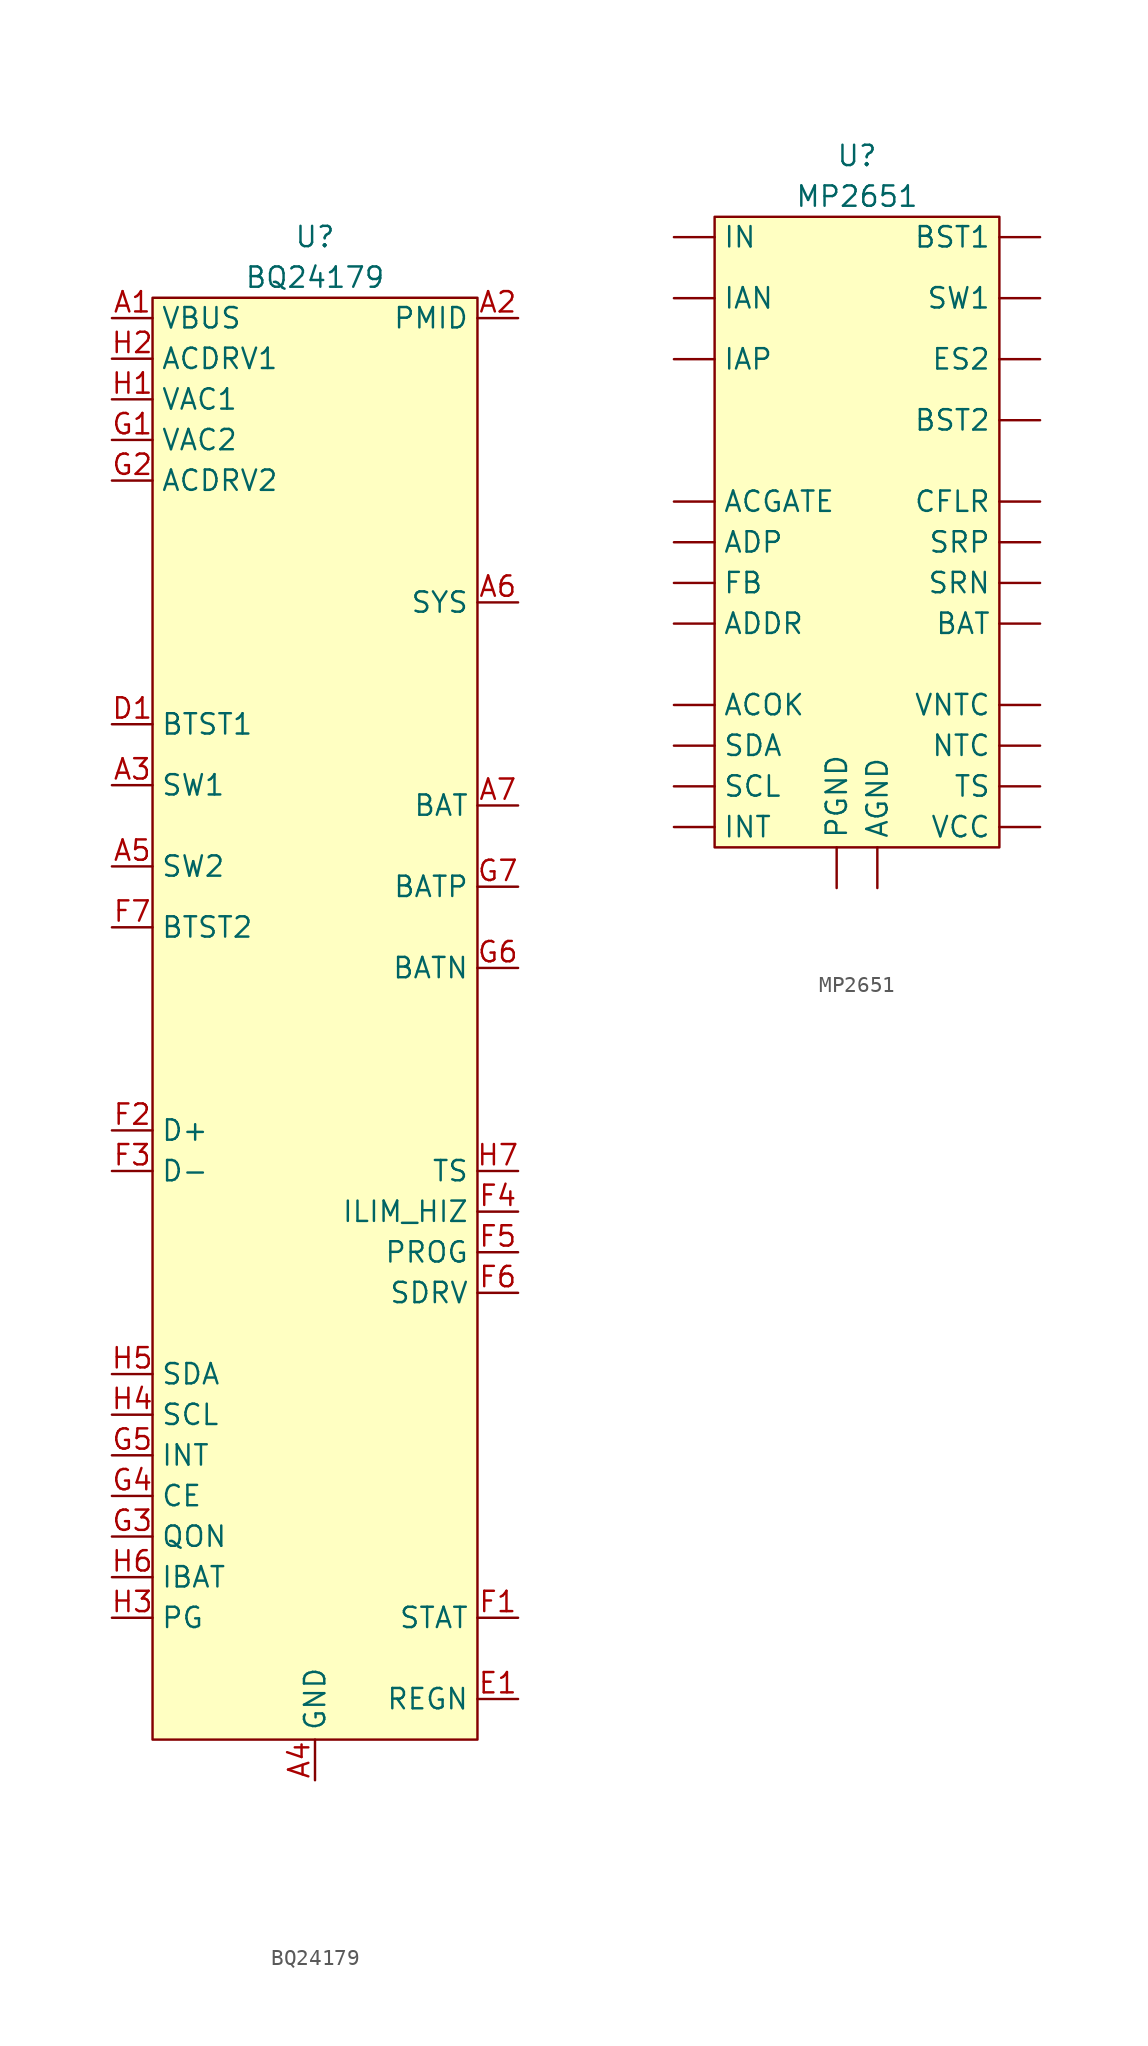
<source format=kicad_sym>
(kicad_symbol_lib
  (version 20220914)
  (generator kicad_symbol_editor)
  (symbol "BQ24179"
    (property "Reference" "U"
      (at 0 5.08 0)
      (effects (font (size 1.27 1.27))))
    (property "Value" "BQ24179"
      (at 0 2.54 0)
      (effects (font (size 1.27 1.27))))
    (symbol "BQ24179_1_1"
      (rectangle (start -10.16 1.27) (end 10.16 -88.9) (stroke (width 0) (type default)) (fill (type background)))
      (pin power_in line (at -12.7 0 0) (length 2.54) (name "VBUS" (effects (font (size 1.27 1.27)))) (number "A1" (effects (font (size 1.27 1.27)))))
      (pin power_in line (at 12.7 0 180) (length 2.54) (name "PMID" (effects (font (size 1.27 1.27)))) (number "A2" (effects (font (size 1.27 1.27)))))
      (pin power_in line (at -12.7 -29.21 0) (length 2.54) (name "SW1" (effects (font (size 1.27 1.27)))) (number "A3" (effects (font (size 1.27 1.27)))))
      (pin power_in line (at 0 -91.44 90) (length 2.54) (name "GND" (effects (font (size 1.27 1.27)))) (number "A4" (effects (font (size 1.27 1.27)))))
      (pin power_in line (at -12.7 -34.29 0) (length 2.54) (name "SW2" (effects (font (size 1.27 1.27)))) (number "A5" (effects (font (size 1.27 1.27)))))
      (pin power_out line (at 12.7 -17.78 180) (length 2.54) (name "SYS" (effects (font (size 1.27 1.27)))) (number "A6" (effects (font (size 1.27 1.27)))))
      (pin power_out line (at 12.7 -30.48 180) (length 2.54) (name "BAT" (effects (font (size 1.27 1.27)))) (number "A7" (effects (font (size 1.27 1.27)))))
      (pin power_in line (at -12.7 0 0) (length 2.54) hide (name "VBUS" (effects (font (size 1.27 1.27)))) (number "B1" (effects (font (size 1.27 1.27)))))
      (pin power_in line (at 12.7 0 180) (length 2.54) hide (name "PMID" (effects (font (size 1.27 1.27)))) (number "B2" (effects (font (size 1.27 1.27)))))
      (pin power_in line (at -12.7 -29.21 0) (length 2.54) hide (name "SW1" (effects (font (size 1.27 1.27)))) (number "B3" (effects (font (size 1.27 1.27)))))
      (pin power_in line (at 0 -91.44 90) (length 2.54) hide (name "GMD" (effects (font (size 1.27 1.27)))) (number "B4" (effects (font (size 1.27 1.27)))))
      (pin power_in line (at -12.7 -34.29 0) (length 2.54) hide (name "SW2" (effects (font (size 1.27 1.27)))) (number "B5" (effects (font (size 1.27 1.27)))))
      (pin power_out line (at 12.7 -17.78 180) (length 2.54) hide (name "SYS" (effects (font (size 1.27 1.27)))) (number "B6" (effects (font (size 1.27 1.27)))))
      (pin power_out line (at 12.7 -30.48 180) (length 2.54) hide (name "BAT" (effects (font (size 1.27 1.27)))) (number "B7" (effects (font (size 1.27 1.27)))))
      (pin power_in line (at -12.7 0 0) (length 2.54) hide (name "VBUS" (effects (font (size 1.27 1.27)))) (number "C1" (effects (font (size 1.27 1.27)))))
      (pin power_in line (at 12.7 0 180) (length 2.54) hide (name "PMID" (effects (font (size 1.27 1.27)))) (number "C2" (effects (font (size 1.27 1.27)))))
      (pin power_in line (at -12.7 -29.21 0) (length 2.54) hide (name "SW1" (effects (font (size 1.27 1.27)))) (number "C3" (effects (font (size 1.27 1.27)))))
      (pin power_in line (at 0 -91.44 90) (length 2.54) hide (name "GMD" (effects (font (size 1.27 1.27)))) (number "C4" (effects (font (size 1.27 1.27)))))
      (pin power_in line (at -12.7 -34.29 0) (length 2.54) hide (name "SW2" (effects (font (size 1.27 1.27)))) (number "C5" (effects (font (size 1.27 1.27)))))
      (pin power_out line (at 12.7 -17.78 180) (length 2.54) hide (name "SYS" (effects (font (size 1.27 1.27)))) (number "C6" (effects (font (size 1.27 1.27)))))
      (pin power_out line (at 12.7 -30.48 180) (length 2.54) hide (name "BAT" (effects (font (size 1.27 1.27)))) (number "C7" (effects (font (size 1.27 1.27)))))
      (pin input line (at -12.7 -25.4 0) (length 2.54) (name "BTST1" (effects (font (size 1.27 1.27)))) (number "D1" (effects (font (size 1.27 1.27)))))
      (pin power_in line (at 12.7 0 180) (length 2.54) hide (name "PMID" (effects (font (size 1.27 1.27)))) (number "D2" (effects (font (size 1.27 1.27)))))
      (pin power_in line (at -12.7 -29.21 0) (length 2.54) hide (name "SW1" (effects (font (size 1.27 1.27)))) (number "D3" (effects (font (size 1.27 1.27)))))
      (pin power_in line (at 0 -91.44 90) (length 2.54) hide (name "GMD" (effects (font (size 1.27 1.27)))) (number "D4" (effects (font (size 1.27 1.27)))))
      (pin power_in line (at -12.7 -34.29 0) (length 2.54) hide (name "SW2" (effects (font (size 1.27 1.27)))) (number "D5" (effects (font (size 1.27 1.27)))))
      (pin power_out line (at 12.7 -17.78 180) (length 2.54) hide (name "SYS" (effects (font (size 1.27 1.27)))) (number "D6" (effects (font (size 1.27 1.27)))))
      (pin power_out line (at 12.7 -30.48 180) (length 2.54) hide (name "BAT" (effects (font (size 1.27 1.27)))) (number "D7" (effects (font (size 1.27 1.27)))))
      (pin output line (at 12.7 -86.36 180) (length 2.54) (name "REGN" (effects (font (size 1.27 1.27)))) (number "E1" (effects (font (size 1.27 1.27)))))
      (pin power_in line (at 12.7 0 180) (length 2.54) hide (name "PMID" (effects (font (size 1.27 1.27)))) (number "E2" (effects (font (size 1.27 1.27)))))
      (pin power_in line (at -12.7 -29.21 0) (length 2.54) hide (name "SW1" (effects (font (size 1.27 1.27)))) (number "E3" (effects (font (size 1.27 1.27)))))
      (pin power_in line (at 0 -91.44 90) (length 2.54) hide (name "GMD" (effects (font (size 1.27 1.27)))) (number "E4" (effects (font (size 1.27 1.27)))))
      (pin power_in line (at -12.7 -34.29 0) (length 2.54) hide (name "SW2" (effects (font (size 1.27 1.27)))) (number "E5" (effects (font (size 1.27 1.27)))))
      (pin power_out line (at 12.7 -17.78 180) (length 2.54) hide (name "SYS" (effects (font (size 1.27 1.27)))) (number "E6" (effects (font (size 1.27 1.27)))))
      (pin power_out line (at 12.7 -30.48 180) (length 2.54) hide (name "BAT" (effects (font (size 1.27 1.27)))) (number "E7" (effects (font (size 1.27 1.27)))))
      (pin output line (at 12.7 -81.28 180) (length 2.54) (name "STAT" (effects (font (size 1.27 1.27)))) (number "F1" (effects (font (size 1.27 1.27)))))
      (pin bidirectional line (at -12.7 -50.8 0) (length 2.54) (name "D+" (effects (font (size 1.27 1.27)))) (number "F2" (effects (font (size 1.27 1.27)))))
      (pin bidirectional line (at -12.7 -53.34 0) (length 2.54) (name "D-" (effects (font (size 1.27 1.27)))) (number "F3" (effects (font (size 1.27 1.27)))))
      (pin input line (at 12.7 -55.88 180) (length 2.54) (name "ILIM_HIZ" (effects (font (size 1.27 1.27)))) (number "F4" (effects (font (size 1.27 1.27)))))
      (pin input line (at 12.7 -58.42 180) (length 2.54) (name "PROG" (effects (font (size 1.27 1.27)))) (number "F5" (effects (font (size 1.27 1.27)))))
      (pin output line (at 12.7 -60.96 180) (length 2.54) (name "SDRV" (effects (font (size 1.27 1.27)))) (number "F6" (effects (font (size 1.27 1.27)))))
      (pin output line (at -12.7 -38.1 0) (length 2.54) (name "BTST2" (effects (font (size 1.27 1.27)))) (number "F7" (effects (font (size 1.27 1.27)))))
      (pin input line (at -12.7 -7.62 0) (length 2.54) (name "VAC2" (effects (font (size 1.27 1.27)))) (number "G1" (effects (font (size 1.27 1.27)))))
      (pin input line (at -12.7 -10.16 0) (length 2.54) (name "ACDRV2" (effects (font (size 1.27 1.27)))) (number "G2" (effects (font (size 1.27 1.27)))))
      (pin input line (at -12.7 -76.2 0) (length 2.54) (name "QON" (effects (font (size 1.27 1.27)))) (number "G3" (effects (font (size 1.27 1.27)))))
      (pin input line (at -12.7 -73.66 0) (length 2.54) (name "CE" (effects (font (size 1.27 1.27)))) (number "G4" (effects (font (size 1.27 1.27)))))
      (pin output line (at -12.7 -71.12 0) (length 2.54) (name "INT" (effects (font (size 1.27 1.27)))) (number "G5" (effects (font (size 1.27 1.27)))))
      (pin input line (at 12.7 -40.64 180) (length 2.54) (name "BATN" (effects (font (size 1.27 1.27)))) (number "G6" (effects (font (size 1.27 1.27)))))
      (pin input line (at 12.7 -35.56 180) (length 2.54) (name "BATP" (effects (font (size 1.27 1.27)))) (number "G7" (effects (font (size 1.27 1.27)))))
      (pin input line (at -12.7 -5.08 0) (length 2.54) (name "VAC1" (effects (font (size 1.27 1.27)))) (number "H1" (effects (font (size 1.27 1.27)))))
      (pin input line (at -12.7 -2.54 0) (length 2.54) (name "ACDRV1" (effects (font (size 1.27 1.27)))) (number "H2" (effects (font (size 1.27 1.27)))))
      (pin output line (at -12.7 -81.28 0) (length 2.54) (name "PG" (effects (font (size 1.27 1.27)))) (number "H3" (effects (font (size 1.27 1.27)))))
      (pin input line (at -12.7 -68.58 0) (length 2.54) (name "SCL" (effects (font (size 1.27 1.27)))) (number "H4" (effects (font (size 1.27 1.27)))))
      (pin bidirectional line (at -12.7 -66.04 0) (length 2.54) (name "SDA" (effects (font (size 1.27 1.27)))) (number "H5" (effects (font (size 1.27 1.27)))))
      (pin output line (at -12.7 -78.74 0) (length 2.54) (name "IBAT" (effects (font (size 1.27 1.27)))) (number "H6" (effects (font (size 1.27 1.27)))))
      (pin input line (at 12.7 -53.34 180) (length 2.54) (name "TS" (effects (font (size 1.27 1.27)))) (number "H7" (effects (font (size 1.27 1.27)))))))
  (symbol "MP2651"
    (property "Reference" "U"
      (at 0 5.08 0)
      (effects (font (size 1.27 1.27))))
    (property "Value" "MP2651"
      (at 0 2.54 0)
      (effects (font (size 1.27 1.27))))
    (symbol "MP2651_0_1"
      (rectangle (start -8.89 1.27) (end 8.89 -38.1) (stroke (width 0) (type default)) (fill (type background))))
    (symbol "MP2651_1_1"
      (pin output line (at -11.43 -16.51 0) (length 2.54) (name "ACGATE" (effects (font (size 1.27 1.27)))) (number "" (effects (font (size 1.27 1.27)))))
      (pin bidirectional line (at -11.43 -29.21 0) (length 2.54) (name "ACOK" (effects (font (size 1.27 1.27)))) (number "" (effects (font (size 1.27 1.27)))))
      (pin input line (at -11.43 -24.13 0) (length 2.54) (name "ADDR" (effects (font (size 1.27 1.27)))) (number "" (effects (font (size 1.27 1.27)))))
      (pin input line (at -11.43 -19.05 0) (length 2.54) (name "ADP" (effects (font (size 1.27 1.27)))) (number "" (effects (font (size 1.27 1.27)))))
      (pin power_in line (at 1.27 -40.64 90) (length 2.54) (name "AGND" (effects (font (size 1.27 1.27)))) (number "" (effects (font (size 1.27 1.27)))))
      (pin input line (at 11.43 -24.13 180) (length 2.54) (name "BAT" (effects (font (size 1.27 1.27)))) (number "" (effects (font (size 1.27 1.27)))))
      (pin input line (at 11.43 0 180) (length 2.54) (name "BST1" (effects (font (size 1.27 1.27)))) (number "" (effects (font (size 1.27 1.27)))))
      (pin input line (at 11.43 -11.43 180) (length 2.54) (name "BST2" (effects (font (size 1.27 1.27)))) (number "" (effects (font (size 1.27 1.27)))))
      (pin power_out line (at 11.43 -16.51 180) (length 2.54) (name "CFLR" (effects (font (size 1.27 1.27)))) (number "" (effects (font (size 1.27 1.27)))))
      (pin bidirectional line (at 11.43 -7.62 180) (length 2.54) (name "ES2" (effects (font (size 1.27 1.27)))) (number "" (effects (font (size 1.27 1.27)))))
      (pin input line (at -11.43 -21.59 0) (length 2.54) (name "FB" (effects (font (size 1.27 1.27)))) (number "" (effects (font (size 1.27 1.27)))))
      (pin input line (at -11.43 -3.81 0) (length 2.54) (name "IAN" (effects (font (size 1.27 1.27)))) (number "" (effects (font (size 1.27 1.27)))))
      (pin input line (at -11.43 -7.62 0) (length 2.54) (name "IAP" (effects (font (size 1.27 1.27)))) (number "" (effects (font (size 1.27 1.27)))))
      (pin power_in line (at -11.43 0 0) (length 2.54) (name "IN" (effects (font (size 1.27 1.27)))) (number "" (effects (font (size 1.27 1.27)))))
      (pin output line (at -11.43 -36.83 0) (length 2.54) (name "INT" (effects (font (size 1.27 1.27)))) (number "" (effects (font (size 1.27 1.27)))))
      (pin input line (at 11.43 -31.75 180) (length 2.54) (name "NTC" (effects (font (size 1.27 1.27)))) (number "" (effects (font (size 1.27 1.27)))))
      (pin power_in line (at -1.27 -40.64 90) (length 2.54) (name "PGND" (effects (font (size 1.27 1.27)))) (number "" (effects (font (size 1.27 1.27)))))
      (pin input line (at -11.43 -34.29 0) (length 2.54) (name "SCL" (effects (font (size 1.27 1.27)))) (number "" (effects (font (size 1.27 1.27)))))
      (pin bidirectional line (at -11.43 -31.75 0) (length 2.54) (name "SDA" (effects (font (size 1.27 1.27)))) (number "" (effects (font (size 1.27 1.27)))))
      (pin input line (at 11.43 -21.59 180) (length 2.54) (name "SRN" (effects (font (size 1.27 1.27)))) (number "" (effects (font (size 1.27 1.27)))))
      (pin input line (at 11.43 -19.05 180) (length 2.54) (name "SRP" (effects (font (size 1.27 1.27)))) (number "" (effects (font (size 1.27 1.27)))))
      (pin bidirectional line (at 11.43 -3.81 180) (length 2.54) (name "SW1" (effects (font (size 1.27 1.27)))) (number "" (effects (font (size 1.27 1.27)))))
      (pin input line (at 11.43 -34.29 180) (length 2.54) (name "TS" (effects (font (size 1.27 1.27)))) (number "" (effects (font (size 1.27 1.27)))))
      (pin power_out line (at 11.43 -36.83 180) (length 2.54) (name "VCC" (effects (font (size 1.27 1.27)))) (number "" (effects (font (size 1.27 1.27)))))
      (pin input line (at 11.43 -29.21 180) (length 2.54) (name "VNTC" (effects (font (size 1.27 1.27)))) (number "" (effects (font (size 1.27 1.27))))))))
</source>
